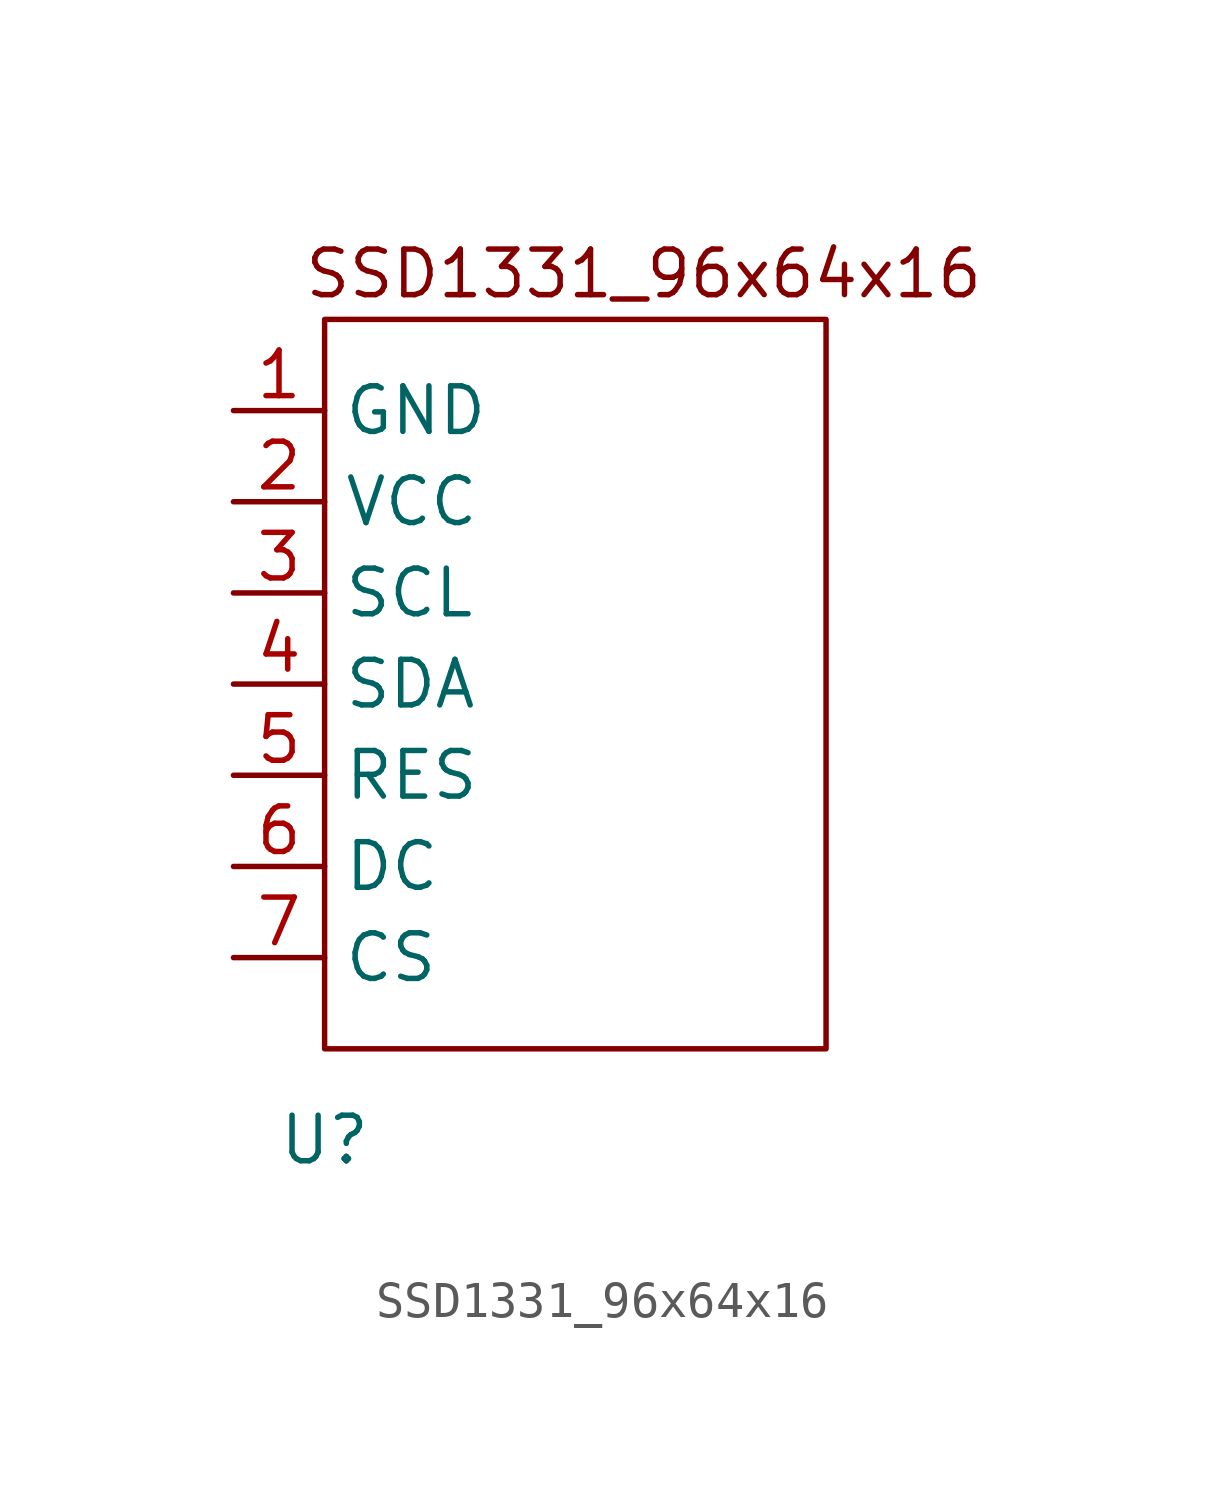
<source format=kicad_sym>
(kicad_symbol_lib
  (version 20231120)
  (generator "kicad_symbol_editor")
  (generator_version "8.0")
  (symbol "SSD1331_96x64x16"
    (property "Reference" "U"
      (at 0 -3.81 0)
      (effects (font (size 1.27 1.27))))
    (property "Value" ""
      (at 0 0 0)
      (effects (font (size 1.27 1.27))))
    (symbol "SSD1331_96x64x16_0_1"
      (rectangle (start 0 19.05) (end 13.97 -1.27) (stroke (width 0) (type default)) (fill (type none))))
    (symbol "SSD1331_96x64x16_1_1"
      (text "SSD1331_96x64x16" (at 8.89 20.32 0) (effects (font (size 1.27 1.27))))
      (pin power_in line (at -2.54 16.51 0) (length 2.54) (name "GND" (effects (font (size 1.27 1.27)))) (number "1" (effects (font (size 1.27 1.27)))))
      (pin power_in line (at -2.54 13.97 0) (length 2.54) (name "VCC" (effects (font (size 1.27 1.27)))) (number "2" (effects (font (size 1.27 1.27)))))
      (pin input line (at -2.54 11.43 0) (length 2.54) (name "SCL" (effects (font (size 1.27 1.27)))) (number "3" (effects (font (size 1.27 1.27)))))
      (pin input line (at -2.54 8.89 0) (length 2.54) (name "SDA" (effects (font (size 1.27 1.27)))) (number "4" (effects (font (size 1.27 1.27)))))
      (pin input line (at -2.54 6.35 0) (length 2.54) (name "RES" (effects (font (size 1.27 1.27)))) (number "5" (effects (font (size 1.27 1.27)))))
      (pin input line (at -2.54 3.81 0) (length 2.54) (name "DC" (effects (font (size 1.27 1.27)))) (number "6" (effects (font (size 1.27 1.27)))))
      (pin input line (at -2.54 1.27 0) (length 2.54) (name "CS" (effects (font (size 1.27 1.27)))) (number "7" (effects (font (size 1.27 1.27))))))))
</source>
